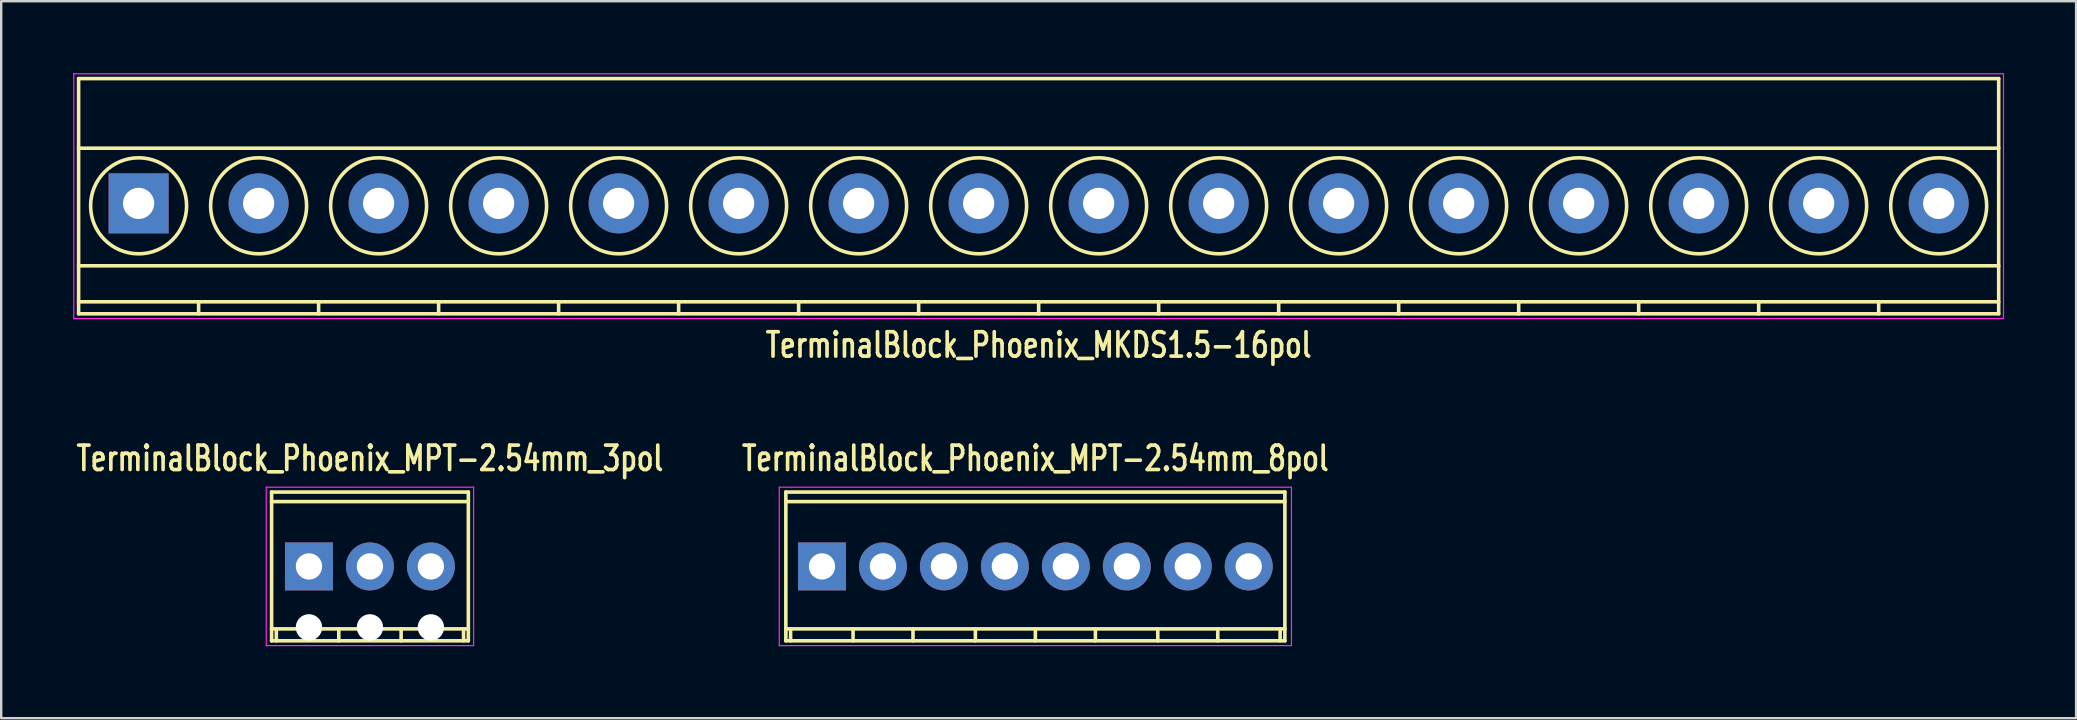
<source format=kicad_pcb>
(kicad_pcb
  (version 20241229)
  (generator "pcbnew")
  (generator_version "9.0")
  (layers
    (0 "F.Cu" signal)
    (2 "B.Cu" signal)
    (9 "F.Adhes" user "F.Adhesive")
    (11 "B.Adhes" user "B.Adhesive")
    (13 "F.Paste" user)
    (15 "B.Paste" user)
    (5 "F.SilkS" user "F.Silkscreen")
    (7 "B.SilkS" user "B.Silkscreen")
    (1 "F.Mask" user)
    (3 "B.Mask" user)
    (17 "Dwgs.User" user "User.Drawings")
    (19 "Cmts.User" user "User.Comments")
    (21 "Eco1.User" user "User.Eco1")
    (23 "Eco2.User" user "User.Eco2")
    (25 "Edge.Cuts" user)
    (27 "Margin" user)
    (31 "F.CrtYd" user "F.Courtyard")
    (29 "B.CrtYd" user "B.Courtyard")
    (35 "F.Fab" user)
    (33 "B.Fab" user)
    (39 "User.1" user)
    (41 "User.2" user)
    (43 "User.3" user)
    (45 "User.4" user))
  (footprint "TerminalBlock_Phoenix_MPT-2.54mm_8pol"
    (layer "F.Cu")
    (at 31.198 20.55)
    (property "Reference" "TerminalBlock_Phoenix_MPT-2.54mm_8pol" (at 8.89 -4.501 0) (layer "F.SilkS") (effects (font (size 1.016 0.762) (thickness 0.152))))
    (attr through_hole)
    (fp_line (start -1.509 -2.7) (end 19.289 -2.7) (stroke (width 0.15) (type solid)) (layer "F.SilkS"))
    (fp_line (start -1.509 2.601) (end 19.289 2.601) (stroke (width 0.15) (type solid)) (layer "F.SilkS"))
    (fp_line (start -1.506 -3.099) (end -1.506 3.099) (stroke (width 0.15) (type solid)) (layer "F.SilkS"))
    (fp_line (start -1.308 3.099) (end -1.308 2.601) (stroke (width 0.15) (type solid)) (layer "F.SilkS"))
    (fp_line (start 1.295 3.099) (end 1.295 2.601) (stroke (width 0.15) (type solid)) (layer "F.SilkS"))
    (fp_line (start 3.792 2.601) (end 3.792 3.099) (stroke (width 0.15) (type solid)) (layer "F.SilkS"))
    (fp_line (start 6.391 2.601) (end 6.391 3.099) (stroke (width 0.15) (type solid)) (layer "F.SilkS"))
    (fp_line (start 8.89 2.601) (end 8.89 3.099) (stroke (width 0.15) (type solid)) (layer "F.SilkS"))
    (fp_line (start 11.392 2.601) (end 11.392 3.099) (stroke (width 0.15) (type solid)) (layer "F.SilkS"))
    (fp_line (start 13.99 2.601) (end 13.99 3.099) (stroke (width 0.15) (type solid)) (layer "F.SilkS"))
    (fp_line (start 16.49 2.601) (end 16.49 3.099) (stroke (width 0.15) (type solid)) (layer "F.SilkS"))
    (fp_line (start 19.088 2.601) (end 19.088 3.099) (stroke (width 0.15) (type solid)) (layer "F.SilkS"))
    (fp_line (start 19.286 3.099) (end 19.286 -3.099) (stroke (width 0.15) (type solid)) (layer "F.SilkS"))
    (fp_line (start 19.289 -3.099) (end -1.509 -3.099) (stroke (width 0.15) (type solid)) (layer "F.SilkS"))
    (fp_line (start 19.289 3.099) (end -1.509 3.099) (stroke (width 0.15) (type solid)) (layer "F.SilkS"))
    (fp_line (start -1.78 -3.3) (end 19.56 -3.3) (stroke (width 0.05) (type solid)) (layer "F.CrtYd"))
    (fp_line (start -1.78 3.3) (end -1.78 -3.3) (stroke (width 0.05) (type solid)) (layer "F.CrtYd"))
    (fp_line (start 19.56 -3.3) (end 19.56 3.3) (stroke (width 0.05) (type solid)) (layer "F.CrtYd"))
    (fp_line (start 19.56 3.3) (end -1.78 3.3) (stroke (width 0.05) (type solid)) (layer "F.CrtYd"))
    (pad "1" thru_hole rect (at 0 0 180) (size 1.999 1.999) (drill 1.097) (layers "*.Cu" "*.Mask"))
    (pad "2" thru_hole oval (at 2.54 0 180) (size 1.999 1.999) (drill 1.097) (layers "*.Cu" "*.Mask"))
    (pad "3" thru_hole oval (at 5.08 0 180) (size 1.999 1.999) (drill 1.097) (layers "*.Cu" "*.Mask"))
    (pad "4" thru_hole oval (at 7.62 0 180) (size 1.999 1.999) (drill 1.097) (layers "*.Cu" "*.Mask"))
    (pad "5" thru_hole oval (at 10.16 0 180) (size 1.999 1.999) (drill 1.097) (layers "*.Cu" "*.Mask"))
    (pad "6" thru_hole oval (at 12.7 0 180) (size 1.999 1.999) (drill 1.097) (layers "*.Cu" "*.Mask"))
    (pad "7" thru_hole oval (at 15.24 0 180) (size 1.999 1.999) (drill 1.097) (layers "*.Cu" "*.Mask"))
    (pad "8" thru_hole oval (at 17.78 0 180) (size 1.999 1.999) (drill 1.097) (layers "*.Cu" "*.Mask")))
  (footprint "TerminalBlock_Phoenix_MPT-2.54mm_3pol"
    (layer "F.Cu")
    (at 9.823 20.55)
    (property "Reference" "TerminalBlock_Phoenix_MPT-2.54mm_3pol" (at 2.54 -4.501 0) (layer "F.SilkS") (effects (font (size 1.016 0.762) (thickness 0.152))))
    (attr through_hole)
    (fp_line (start -1.56 3.099) (end 6.64 3.099) (stroke (width 0.15) (type solid)) (layer "F.SilkS"))
    (fp_line (start -1.557 -3.099) (end -1.557 3.099) (stroke (width 0.15) (type solid)) (layer "F.SilkS"))
    (fp_line (start -1.359 3.099) (end -1.359 2.601) (stroke (width 0.15) (type solid)) (layer "F.SilkS"))
    (fp_line (start 1.242 3.099) (end 1.242 2.601) (stroke (width 0.15) (type solid)) (layer "F.SilkS"))
    (fp_line (start 3.84 2.601) (end 3.84 3.099) (stroke (width 0.15) (type solid)) (layer "F.SilkS"))
    (fp_line (start 6.441 2.601) (end 6.441 3.099) (stroke (width 0.15) (type solid)) (layer "F.SilkS"))
    (fp_line (start 6.64 -3.099) (end -1.56 -3.099) (stroke (width 0.15) (type solid)) (layer "F.SilkS"))
    (fp_line (start 6.64 -2.7) (end -1.56 -2.7) (stroke (width 0.15) (type solid)) (layer "F.SilkS"))
    (fp_line (start 6.64 2.601) (end -1.56 2.601) (stroke (width 0.15) (type solid)) (layer "F.SilkS"))
    (fp_line (start 6.64 3.099) (end 6.64 -3.099) (stroke (width 0.15) (type solid)) (layer "F.SilkS"))
    (fp_line (start -1.78 -3.3) (end -1.78 3.3) (stroke (width 0.05) (type solid)) (layer "F.CrtYd"))
    (fp_line (start -1.78 3.3) (end 6.86 3.3) (stroke (width 0.05) (type solid)) (layer "F.CrtYd"))
    (fp_line (start 6.86 -3.3) (end -1.78 -3.3) (stroke (width 0.05) (type solid)) (layer "F.CrtYd"))
    (fp_line (start 6.86 3.3) (end 6.86 -3.3) (stroke (width 0.05) (type solid)) (layer "F.CrtYd"))
    (pad "" np_thru_hole circle (at 0 2.54) (size 1.1 1.1) (drill 1.1) (layers "*.Cu" "*.Mask"))
    (pad "" np_thru_hole circle (at 2.54 2.54) (size 1.1 1.1) (drill 1.1) (layers "*.Cu" "*.Mask"))
    (pad "" np_thru_hole circle (at 5.08 2.54) (size 1.1 1.1) (drill 1.1) (layers "*.Cu" "*.Mask"))
    (pad "1" thru_hole rect (at 0 0) (size 1.999 1.999) (drill 1.097) (layers "*.Cu" "*.Mask"))
    (pad "2" thru_hole oval (at 2.54 0) (size 1.999 1.999) (drill 1.097) (layers "*.Cu" "*.Mask"))
    (pad "3" thru_hole oval (at 5.08 0) (size 1.999 1.999) (drill 1.097) (layers "*.Cu" "*.Mask")))
  (footprint "TerminalBlock_Phoenix_MKDS1.5-16pol"
    (layer "F.Cu")
    (at 2.725 5.425)
    (property "Reference" "TerminalBlock_Phoenix_MKDS1.5-16pol" (at 37.5 5.9 0) (layer "F.SilkS") (effects (font (size 1.016 0.762) (thickness 0.152))))
    (attr through_hole)
    (fp_line (start -2.5 -5.2) (end -2.5 4.6) (stroke (width 0.15) (type solid)) (layer "F.SilkS"))
    (fp_line (start -2.5 -2.3) (end 77.5 -2.3) (stroke (width 0.15) (type solid)) (layer "F.SilkS"))
    (fp_line (start -2.5 2.6) (end 77.5 2.6) (stroke (width 0.15) (type solid)) (layer "F.SilkS"))
    (fp_line (start -2.5 4.1) (end 77.5 4.1) (stroke (width 0.15) (type solid)) (layer "F.SilkS"))
    (fp_line (start -2.5 4.6) (end 77.5 4.6) (stroke (width 0.15) (type solid)) (layer "F.SilkS"))
    (fp_line (start 2.5 4.1) (end 2.5 4.6) (stroke (width 0.15) (type solid)) (layer "F.SilkS"))
    (fp_line (start 7.5 4.1) (end 7.5 4.6) (stroke (width 0.15) (type solid)) (layer "F.SilkS"))
    (fp_line (start 12.5 4.1) (end 12.5 4.6) (stroke (width 0.15) (type solid)) (layer "F.SilkS"))
    (fp_line (start 17.5 4.1) (end 17.5 4.6) (stroke (width 0.15) (type solid)) (layer "F.SilkS"))
    (fp_line (start 22.5 4.1) (end 22.5 4.6) (stroke (width 0.15) (type solid)) (layer "F.SilkS"))
    (fp_line (start 27.5 4.1) (end 27.5 4.6) (stroke (width 0.15) (type solid)) (layer "F.SilkS"))
    (fp_line (start 32.5 4.1) (end 32.5 4.6) (stroke (width 0.15) (type solid)) (layer "F.SilkS"))
    (fp_line (start 37.5 4.1) (end 37.5 4.6) (stroke (width 0.15) (type solid)) (layer "F.SilkS"))
    (fp_line (start 42.5 4.1) (end 42.5 4.6) (stroke (width 0.15) (type solid)) (layer "F.SilkS"))
    (fp_line (start 47.5 4.1) (end 47.5 4.6) (stroke (width 0.15) (type solid)) (layer "F.SilkS"))
    (fp_line (start 52.5 4.1) (end 52.5 4.6) (stroke (width 0.15) (type solid)) (layer "F.SilkS"))
    (fp_line (start 57.5 4.1) (end 57.5 4.6) (stroke (width 0.15) (type solid)) (layer "F.SilkS"))
    (fp_line (start 62.5 4.1) (end 62.5 4.6) (stroke (width 0.15) (type solid)) (layer "F.SilkS"))
    (fp_line (start 67.5 4.1) (end 67.5 4.6) (stroke (width 0.15) (type solid)) (layer "F.SilkS"))
    (fp_line (start 72.5 4.1) (end 72.5 4.6) (stroke (width 0.15) (type solid)) (layer "F.SilkS"))
    (fp_line (start 77.5 -5.2) (end -2.5 -5.2) (stroke (width 0.15) (type solid)) (layer "F.SilkS"))
    (fp_line (start 77.5 4.6) (end 77.5 -5.2) (stroke (width 0.15) (type solid)) (layer "F.SilkS"))
    (fp_circle (center 0 0.1) (end 2 0.1) (stroke (width 0.15) (type solid)) (fill no) (layer "F.SilkS"))
    (fp_circle (center 5 0.1) (end 3 0.1) (stroke (width 0.15) (type solid)) (fill no) (layer "F.SilkS"))
    (fp_circle (center 10 0.1) (end 8 0.1) (stroke (width 0.15) (type solid)) (fill no) (layer "F.SilkS"))
    (fp_circle (center 15 0.1) (end 13 0.1) (stroke (width 0.15) (type solid)) (fill no) (layer "F.SilkS"))
    (fp_circle (center 20 0.1) (end 18 0.1) (stroke (width 0.15) (type solid)) (fill no) (layer "F.SilkS"))
    (fp_circle (center 25 0.1) (end 23 0.1) (stroke (width 0.15) (type solid)) (fill no) (layer "F.SilkS"))
    (fp_circle (center 30 0.1) (end 28 0.1) (stroke (width 0.15) (type solid)) (fill no) (layer "F.SilkS"))
    (fp_circle (center 35 0.1) (end 33 0.1) (stroke (width 0.15) (type solid)) (fill no) (layer "F.SilkS"))
    (fp_circle (center 40 0.1) (end 38 0.1) (stroke (width 0.15) (type solid)) (fill no) (layer "F.SilkS"))
    (fp_circle (center 45 0.1) (end 43 0.1) (stroke (width 0.15) (type solid)) (fill no) (layer "F.SilkS"))
    (fp_circle (center 50 0.1) (end 48 0.1) (stroke (width 0.15) (type solid)) (fill no) (layer "F.SilkS"))
    (fp_circle (center 55 0.1) (end 53 0.1) (stroke (width 0.15) (type solid)) (fill no) (layer "F.SilkS"))
    (fp_circle (center 60 0.1) (end 58 0.1) (stroke (width 0.15) (type solid)) (fill no) (layer "F.SilkS"))
    (fp_circle (center 65 0.1) (end 63 0.1) (stroke (width 0.15) (type solid)) (fill no) (layer "F.SilkS"))
    (fp_circle (center 70 0.1) (end 68 0.1) (stroke (width 0.15) (type solid)) (fill no) (layer "F.SilkS"))
    (fp_circle (center 75 0.1) (end 73 0.1) (stroke (width 0.15) (type solid)) (fill no) (layer "F.SilkS"))
    (fp_line (start -2.7 -5.4) (end -2.7 4.8) (stroke (width 0.05) (type solid)) (layer "F.CrtYd"))
    (fp_line (start -2.7 4.8) (end 77.7 4.8) (stroke (width 0.05) (type solid)) (layer "F.CrtYd"))
    (fp_line (start 77.7 -5.4) (end -2.7 -5.4) (stroke (width 0.05) (type solid)) (layer "F.CrtYd"))
    (fp_line (start 77.7 4.8) (end 77.7 -5.4) (stroke (width 0.05) (type solid)) (layer "F.CrtYd"))
    (pad "1" thru_hole rect (at 0 0) (size 2.5 2.5) (drill 1.3) (layers "*.Cu" "*.Mask"))
    (pad "2" thru_hole circle (at 5 0) (size 2.5 2.5) (drill 1.3) (layers "*.Cu" "*.Mask"))
    (pad "3" thru_hole circle (at 10 0) (size 2.5 2.5) (drill 1.3) (layers "*.Cu" "*.Mask"))
    (pad "4" thru_hole circle (at 15 0) (size 2.5 2.5) (drill 1.3) (layers "*.Cu" "*.Mask"))
    (pad "5" thru_hole circle (at 20 0) (size 2.5 2.5) (drill 1.3) (layers "*.Cu" "*.Mask"))
    (pad "6" thru_hole circle (at 25 0) (size 2.5 2.5) (drill 1.3) (layers "*.Cu" "*.Mask"))
    (pad "7" thru_hole circle (at 30 0) (size 2.5 2.5) (drill 1.3) (layers "*.Cu" "*.Mask"))
    (pad "8" thru_hole circle (at 35 0) (size 2.5 2.5) (drill 1.3) (layers "*.Cu" "*.Mask"))
    (pad "9" thru_hole circle (at 40 0) (size 2.5 2.5) (drill 1.3) (layers "*.Cu" "*.Mask"))
    (pad "10" thru_hole circle (at 45 0) (size 2.5 2.5) (drill 1.3) (layers "*.Cu" "*.Mask"))
    (pad "11" thru_hole circle (at 50 0) (size 2.5 2.5) (drill 1.3) (layers "*.Cu" "*.Mask"))
    (pad "12" thru_hole circle (at 55 0) (size 2.5 2.5) (drill 1.3) (layers "*.Cu" "*.Mask"))
    (pad "13" thru_hole circle (at 60 0) (size 2.5 2.5) (drill 1.3) (layers "*.Cu" "*.Mask"))
    (pad "14" thru_hole circle (at 65 0) (size 2.5 2.5) (drill 1.3) (layers "*.Cu" "*.Mask"))
    (pad "15" thru_hole circle (at 70 0) (size 2.5 2.5) (drill 1.3) (layers "*.Cu" "*.Mask"))
    (pad "16" thru_hole circle (at 75 0) (size 2.5 2.5) (drill 1.3) (layers "*.Cu" "*.Mask")))
  (gr_rect
    (start -3 -3)
    (end 83.45 26.875)
    (stroke (width 0.1) (type default))
    (fill no)
    (layer "Edge.Cuts")))
</source>
